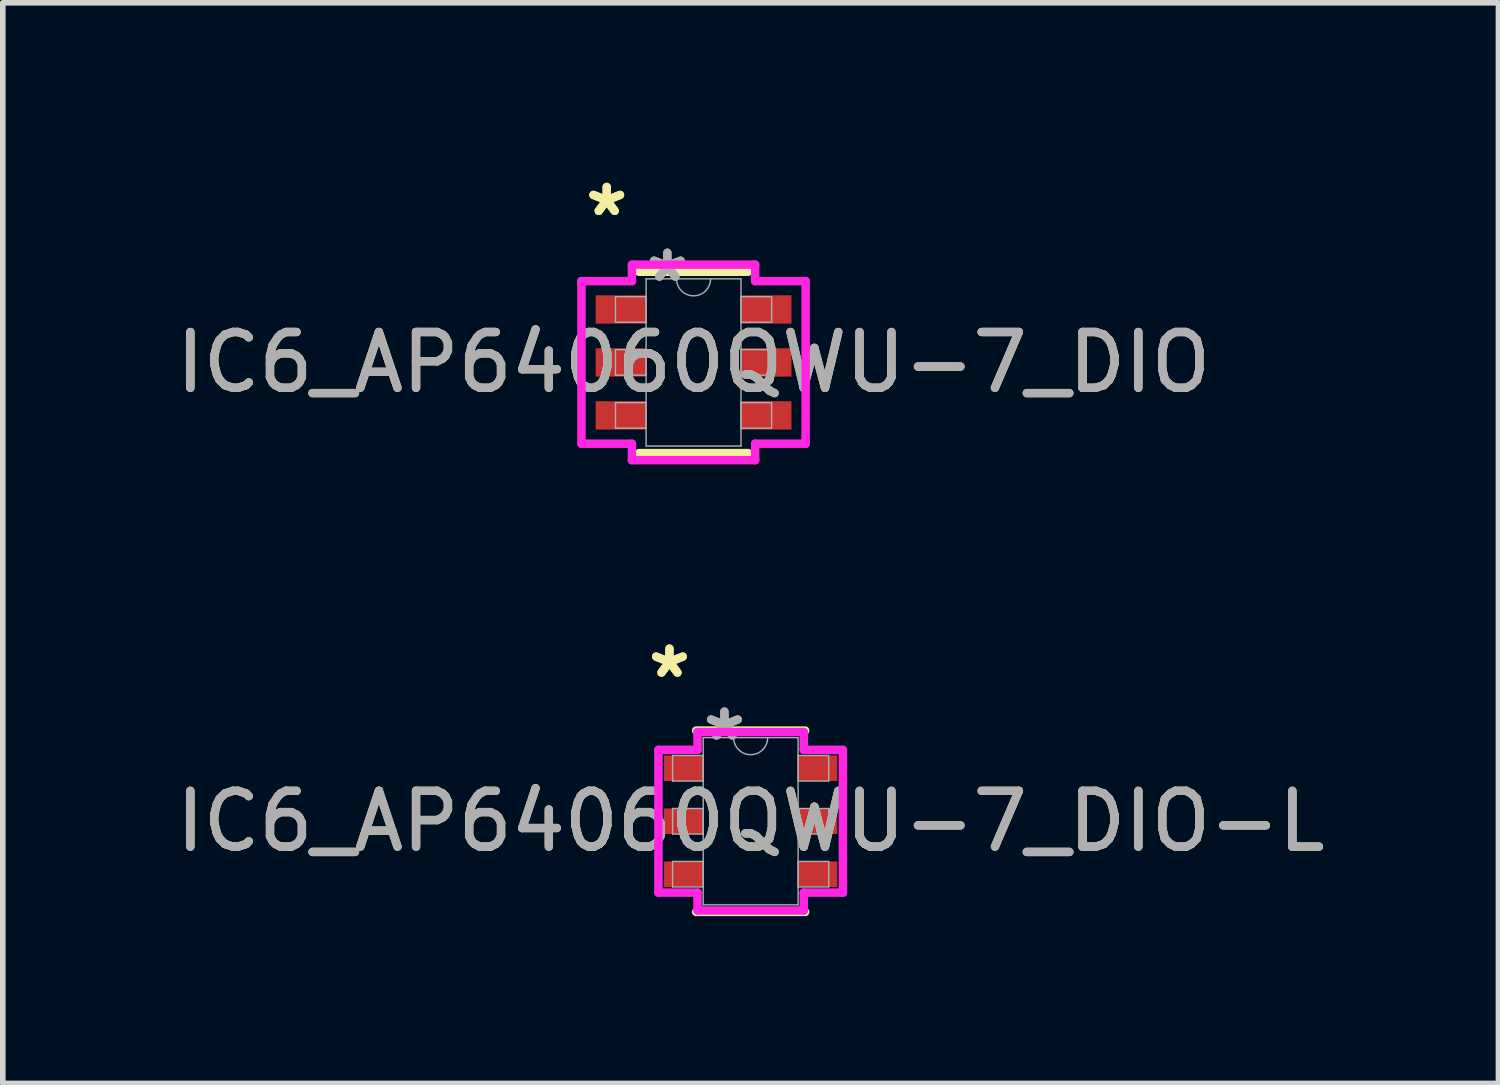
<source format=kicad_pcb>
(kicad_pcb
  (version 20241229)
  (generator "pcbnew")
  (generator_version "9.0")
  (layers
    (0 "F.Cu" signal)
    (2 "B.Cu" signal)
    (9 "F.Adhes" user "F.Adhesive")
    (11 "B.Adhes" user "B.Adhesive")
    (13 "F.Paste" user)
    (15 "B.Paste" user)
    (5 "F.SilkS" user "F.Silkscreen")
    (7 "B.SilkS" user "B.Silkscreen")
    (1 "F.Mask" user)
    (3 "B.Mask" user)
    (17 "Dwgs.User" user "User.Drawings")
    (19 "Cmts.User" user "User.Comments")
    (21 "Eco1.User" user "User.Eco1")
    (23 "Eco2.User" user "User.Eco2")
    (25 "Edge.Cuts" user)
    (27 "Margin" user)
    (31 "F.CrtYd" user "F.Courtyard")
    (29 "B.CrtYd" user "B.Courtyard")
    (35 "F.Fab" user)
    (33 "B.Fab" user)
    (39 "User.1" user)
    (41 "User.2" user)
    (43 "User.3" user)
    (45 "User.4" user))
  (footprint "IC6_AP64060QWU-7_DIO"
    (layer "F.Cu")
    (at 9.387 3.449)
    (property "Reference" "IC6_AP64060QWU-7_DIO" (at 0 0 0) (unlocked yes) (layer "F.SilkS") (effects (font (size 1 1) (thickness 0.15))))
    (attr smd)
    (fp_line (start -0.978 1.626) (end 0.978 1.626) (stroke (width 0.152) (type solid)) (layer "F.SilkS"))
    (fp_line (start 0.978 -1.626) (end -0.978 -1.626) (stroke (width 0.152) (type solid)) (layer "F.SilkS"))
    (fp_line (start -2.01 -1.458) (end -1.105 -1.458) (stroke (width 0.152) (type solid)) (layer "F.CrtYd"))
    (fp_line (start -2.01 1.458) (end -2.01 -1.458) (stroke (width 0.152) (type solid)) (layer "F.CrtYd"))
    (fp_line (start -2.01 1.458) (end -1.105 1.458) (stroke (width 0.152) (type solid)) (layer "F.CrtYd"))
    (fp_line (start -1.105 -1.753) (end 1.105 -1.753) (stroke (width 0.152) (type solid)) (layer "F.CrtYd"))
    (fp_line (start -1.105 -1.458) (end -1.105 -1.753) (stroke (width 0.152) (type solid)) (layer "F.CrtYd"))
    (fp_line (start -1.105 1.753) (end -1.105 1.458) (stroke (width 0.152) (type solid)) (layer "F.CrtYd"))
    (fp_line (start 1.105 -1.753) (end 1.105 -1.458) (stroke (width 0.152) (type solid)) (layer "F.CrtYd"))
    (fp_line (start 1.105 1.458) (end 1.105 1.753) (stroke (width 0.152) (type solid)) (layer "F.CrtYd"))
    (fp_line (start 1.105 1.753) (end -1.105 1.753) (stroke (width 0.152) (type solid)) (layer "F.CrtYd"))
    (fp_line (start 2.01 -1.458) (end 1.105 -1.458) (stroke (width 0.152) (type solid)) (layer "F.CrtYd"))
    (fp_line (start 2.01 -1.458) (end 2.01 1.458) (stroke (width 0.152) (type solid)) (layer "F.CrtYd"))
    (fp_line (start 2.01 1.458) (end 1.105 1.458) (stroke (width 0.152) (type solid)) (layer "F.CrtYd"))
    (fp_line (start -1.4 -1.179) (end -1.4 -0.721) (stroke (width 0.025) (type solid)) (layer "F.Fab"))
    (fp_line (start -1.4 -0.721) (end -0.851 -0.721) (stroke (width 0.025) (type solid)) (layer "F.Fab"))
    (fp_line (start -1.4 -0.229) (end -1.4 0.229) (stroke (width 0.025) (type solid)) (layer "F.Fab"))
    (fp_line (start -1.4 0.229) (end -0.851 0.229) (stroke (width 0.025) (type solid)) (layer "F.Fab"))
    (fp_line (start -1.4 0.721) (end -1.4 1.179) (stroke (width 0.025) (type solid)) (layer "F.Fab"))
    (fp_line (start -1.4 1.179) (end -0.851 1.179) (stroke (width 0.025) (type solid)) (layer "F.Fab"))
    (fp_line (start -0.851 -1.499) (end -0.851 1.499) (stroke (width 0.025) (type solid)) (layer "F.Fab"))
    (fp_line (start -0.851 -1.179) (end -1.4 -1.179) (stroke (width 0.025) (type solid)) (layer "F.Fab"))
    (fp_line (start -0.851 -0.721) (end -0.851 -1.179) (stroke (width 0.025) (type solid)) (layer "F.Fab"))
    (fp_line (start -0.851 -0.229) (end -1.4 -0.229) (stroke (width 0.025) (type solid)) (layer "F.Fab"))
    (fp_line (start -0.851 0.229) (end -0.851 -0.229) (stroke (width 0.025) (type solid)) (layer "F.Fab"))
    (fp_line (start -0.851 0.721) (end -1.4 0.721) (stroke (width 0.025) (type solid)) (layer "F.Fab"))
    (fp_line (start -0.851 1.179) (end -0.851 0.721) (stroke (width 0.025) (type solid)) (layer "F.Fab"))
    (fp_line (start -0.851 1.499) (end 0.851 1.499) (stroke (width 0.025) (type solid)) (layer "F.Fab"))
    (fp_line (start 0.851 -1.499) (end -0.851 -1.499) (stroke (width 0.025) (type solid)) (layer "F.Fab"))
    (fp_line (start 0.851 -1.179) (end 0.851 -0.721) (stroke (width 0.025) (type solid)) (layer "F.Fab"))
    (fp_line (start 0.851 -0.721) (end 1.4 -0.721) (stroke (width 0.025) (type solid)) (layer "F.Fab"))
    (fp_line (start 0.851 -0.229) (end 0.851 0.229) (stroke (width 0.025) (type solid)) (layer "F.Fab"))
    (fp_line (start 0.851 0.229) (end 1.4 0.229) (stroke (width 0.025) (type solid)) (layer "F.Fab"))
    (fp_line (start 0.851 0.721) (end 0.851 1.179) (stroke (width 0.025) (type solid)) (layer "F.Fab"))
    (fp_line (start 0.851 1.179) (end 1.4 1.179) (stroke (width 0.025) (type solid)) (layer "F.Fab"))
    (fp_line (start 0.851 1.499) (end 0.851 -1.499) (stroke (width 0.025) (type solid)) (layer "F.Fab"))
    (fp_line (start 1.4 -1.179) (end 0.851 -1.179) (stroke (width 0.025) (type solid)) (layer "F.Fab"))
    (fp_line (start 1.4 -0.721) (end 1.4 -1.179) (stroke (width 0.025) (type solid)) (layer "F.Fab"))
    (fp_line (start 1.4 -0.229) (end 0.851 -0.229) (stroke (width 0.025) (type solid)) (layer "F.Fab"))
    (fp_line (start 1.4 0.229) (end 1.4 -0.229) (stroke (width 0.025) (type solid)) (layer "F.Fab"))
    (fp_line (start 1.4 0.721) (end 0.851 0.721) (stroke (width 0.025) (type solid)) (layer "F.Fab"))
    (fp_line (start 1.4 1.179) (end 1.4 0.721) (stroke (width 0.025) (type solid)) (layer "F.Fab"))
    (fp_arc (start 0.3048 -1.4986) (mid 0 -1.1938) (end -0.3048 -1.4986) (stroke (width 0.0254) (type solid)) (layer "F.Fab"))
    (fp_text user "*" (at -1.557 -2.601 0) (unlocked yes) (layer "F.SilkS") (effects (font (size 1 1) (thickness 0.15))))
    (fp_text user "*" (at -1.557 -2.601 0) (layer "F.SilkS") (effects (font (size 1 1) (thickness 0.15))))
    (fp_text user "*" (at -0.47 -1.422 0) (unlocked yes) (layer "F.Fab") (effects (font (size 1 1) (thickness 0.15))))
    (fp_text user "*" (at -0.47 -1.422 0) (layer "F.Fab") (effects (font (size 1 1) (thickness 0.15))))
    (fp_text user "${REFERENCE}" (at 0 0 0) (unlocked yes) (layer "F.Fab") (effects (font (size 1 1) (thickness 0.15))))
    (pad "1" smd rect (at -1.303 -0.95) (size 0.905 0.508) (layers "F.Cu" "F.Mask" "F.Paste"))
    (pad "2" smd rect (at -1.303 0) (size 0.905 0.508) (layers "F.Cu" "F.Mask" "F.Paste"))
    (pad "3" smd rect (at -1.303 0.95) (size 0.905 0.508) (layers "F.Cu" "F.Mask" "F.Paste"))
    (pad "4" smd rect (at 1.303 0.95) (size 0.905 0.508) (layers "F.Cu" "F.Mask" "F.Paste"))
    (pad "5" smd rect (at 1.303 0) (size 0.905 0.508) (layers "F.Cu" "F.Mask" "F.Paste"))
    (pad "6" smd rect (at 1.303 -0.95) (size 0.905 0.508) (layers "F.Cu" "F.Mask" "F.Paste")))
  (footprint "IC6_AP64060QWU-7_DIO-L"
    (layer "F.Cu")
    (at 10.411 11.677)
    (property "Reference" "IC6_AP64060QWU-7_DIO-L" (at 0 0 0) (unlocked yes) (layer "F.SilkS") (effects (font (size 1 1) (thickness 0.15))))
    (attr smd)
    (fp_line (start -0.978 1.626) (end 0.978 1.626) (stroke (width 0.152) (type solid)) (layer "F.SilkS"))
    (fp_line (start 0.978 -1.626) (end -0.978 -1.626) (stroke (width 0.152) (type solid)) (layer "F.SilkS"))
    (fp_line (start -1.654 -1.28) (end -0.953 -1.28) (stroke (width 0.152) (type solid)) (layer "F.CrtYd"))
    (fp_line (start -1.654 1.28) (end -1.654 -1.28) (stroke (width 0.152) (type solid)) (layer "F.CrtYd"))
    (fp_line (start -1.654 1.28) (end -0.953 1.28) (stroke (width 0.152) (type solid)) (layer "F.CrtYd"))
    (fp_line (start -0.953 -1.6) (end 0.953 -1.6) (stroke (width 0.152) (type solid)) (layer "F.CrtYd"))
    (fp_line (start -0.953 -1.28) (end -0.953 -1.6) (stroke (width 0.152) (type solid)) (layer "F.CrtYd"))
    (fp_line (start -0.953 1.6) (end -0.953 1.28) (stroke (width 0.152) (type solid)) (layer "F.CrtYd"))
    (fp_line (start 0.953 -1.6) (end 0.953 -1.28) (stroke (width 0.152) (type solid)) (layer "F.CrtYd"))
    (fp_line (start 0.953 1.28) (end 0.953 1.6) (stroke (width 0.152) (type solid)) (layer "F.CrtYd"))
    (fp_line (start 0.953 1.6) (end -0.953 1.6) (stroke (width 0.152) (type solid)) (layer "F.CrtYd"))
    (fp_line (start 1.654 -1.28) (end 0.953 -1.28) (stroke (width 0.152) (type solid)) (layer "F.CrtYd"))
    (fp_line (start 1.654 -1.28) (end 1.654 1.28) (stroke (width 0.152) (type solid)) (layer "F.CrtYd"))
    (fp_line (start 1.654 1.28) (end 0.953 1.28) (stroke (width 0.152) (type solid)) (layer "F.CrtYd"))
    (fp_line (start -1.4 -1.179) (end -1.4 -0.721) (stroke (width 0.025) (type solid)) (layer "F.Fab"))
    (fp_line (start -1.4 -0.721) (end -0.851 -0.721) (stroke (width 0.025) (type solid)) (layer "F.Fab"))
    (fp_line (start -1.4 -0.229) (end -1.4 0.229) (stroke (width 0.025) (type solid)) (layer "F.Fab"))
    (fp_line (start -1.4 0.229) (end -0.851 0.229) (stroke (width 0.025) (type solid)) (layer "F.Fab"))
    (fp_line (start -1.4 0.721) (end -1.4 1.179) (stroke (width 0.025) (type solid)) (layer "F.Fab"))
    (fp_line (start -1.4 1.179) (end -0.851 1.179) (stroke (width 0.025) (type solid)) (layer "F.Fab"))
    (fp_line (start -0.851 -1.499) (end -0.851 1.499) (stroke (width 0.025) (type solid)) (layer "F.Fab"))
    (fp_line (start -0.851 -1.179) (end -1.4 -1.179) (stroke (width 0.025) (type solid)) (layer "F.Fab"))
    (fp_line (start -0.851 -0.721) (end -0.851 -1.179) (stroke (width 0.025) (type solid)) (layer "F.Fab"))
    (fp_line (start -0.851 -0.229) (end -1.4 -0.229) (stroke (width 0.025) (type solid)) (layer "F.Fab"))
    (fp_line (start -0.851 0.229) (end -0.851 -0.229) (stroke (width 0.025) (type solid)) (layer "F.Fab"))
    (fp_line (start -0.851 0.721) (end -1.4 0.721) (stroke (width 0.025) (type solid)) (layer "F.Fab"))
    (fp_line (start -0.851 1.179) (end -0.851 0.721) (stroke (width 0.025) (type solid)) (layer "F.Fab"))
    (fp_line (start -0.851 1.499) (end 0.851 1.499) (stroke (width 0.025) (type solid)) (layer "F.Fab"))
    (fp_line (start 0.851 -1.499) (end -0.851 -1.499) (stroke (width 0.025) (type solid)) (layer "F.Fab"))
    (fp_line (start 0.851 -1.179) (end 0.851 -0.721) (stroke (width 0.025) (type solid)) (layer "F.Fab"))
    (fp_line (start 0.851 -0.721) (end 1.4 -0.721) (stroke (width 0.025) (type solid)) (layer "F.Fab"))
    (fp_line (start 0.851 -0.229) (end 0.851 0.229) (stroke (width 0.025) (type solid)) (layer "F.Fab"))
    (fp_line (start 0.851 0.229) (end 1.4 0.229) (stroke (width 0.025) (type solid)) (layer "F.Fab"))
    (fp_line (start 0.851 0.721) (end 0.851 1.179) (stroke (width 0.025) (type solid)) (layer "F.Fab"))
    (fp_line (start 0.851 1.179) (end 1.4 1.179) (stroke (width 0.025) (type solid)) (layer "F.Fab"))
    (fp_line (start 0.851 1.499) (end 0.851 -1.499) (stroke (width 0.025) (type solid)) (layer "F.Fab"))
    (fp_line (start 1.4 -1.179) (end 0.851 -1.179) (stroke (width 0.025) (type solid)) (layer "F.Fab"))
    (fp_line (start 1.4 -0.721) (end 1.4 -1.179) (stroke (width 0.025) (type solid)) (layer "F.Fab"))
    (fp_line (start 1.4 -0.229) (end 0.851 -0.229) (stroke (width 0.025) (type solid)) (layer "F.Fab"))
    (fp_line (start 1.4 0.229) (end 1.4 -0.229) (stroke (width 0.025) (type solid)) (layer "F.Fab"))
    (fp_line (start 1.4 0.721) (end 0.851 0.721) (stroke (width 0.025) (type solid)) (layer "F.Fab"))
    (fp_line (start 1.4 1.179) (end 1.4 0.721) (stroke (width 0.025) (type solid)) (layer "F.Fab"))
    (fp_arc (start 0.3048 -1.4986) (mid 0 -1.1938) (end -0.3048 -1.4986) (stroke (width 0.0254) (type solid)) (layer "F.Fab"))
    (fp_text user "*" (at -1.456 -2.55 0) (unlocked yes) (layer "F.SilkS") (effects (font (size 1 1) (thickness 0.15))))
    (fp_text user "*" (at -1.456 -2.55 0) (layer "F.SilkS") (effects (font (size 1 1) (thickness 0.15))))
    (fp_text user "*" (at -0.47 -1.422 0) (unlocked yes) (layer "F.Fab") (effects (font (size 1 1) (thickness 0.15))))
    (fp_text user "*" (at -0.47 -1.422 0) (layer "F.Fab") (effects (font (size 1 1) (thickness 0.15))))
    (fp_text user "${REFERENCE}" (at 0 0 0) (unlocked yes) (layer "F.Fab") (effects (font (size 1 1) (thickness 0.15))))
    (pad "1" smd rect (at -1.202 -0.95) (size 0.702 0.457) (layers "F.Cu" "F.Mask" "F.Paste"))
    (pad "2" smd rect (at -1.202 0) (size 0.702 0.457) (layers "F.Cu" "F.Mask" "F.Paste"))
    (pad "3" smd rect (at -1.202 0.95) (size 0.702 0.457) (layers "F.Cu" "F.Mask" "F.Paste"))
    (pad "4" smd rect (at 1.202 0.95) (size 0.702 0.457) (layers "F.Cu" "F.Mask" "F.Paste"))
    (pad "5" smd rect (at 1.202 0) (size 0.702 0.457) (layers "F.Cu" "F.Mask" "F.Paste"))
    (pad "6" smd rect (at 1.202 -0.95) (size 0.702 0.457) (layers "F.Cu" "F.Mask" "F.Paste")))
  (gr_rect
    (start -3 -3)
    (end 23.821 16.378)
    (stroke (width 0.1) (type default))
    (fill no)
    (layer "Edge.Cuts")))
</source>
